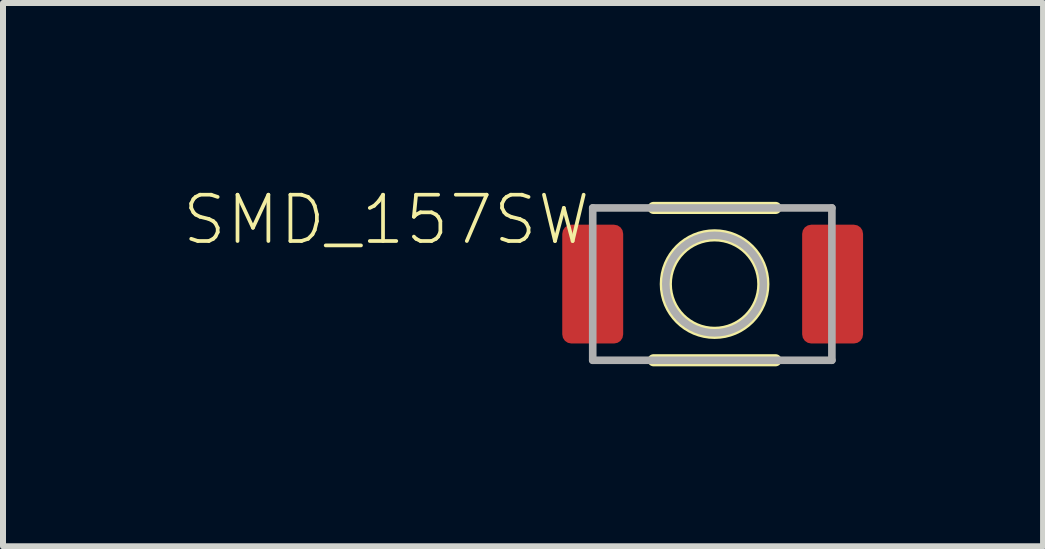
<source format=kicad_pcb>
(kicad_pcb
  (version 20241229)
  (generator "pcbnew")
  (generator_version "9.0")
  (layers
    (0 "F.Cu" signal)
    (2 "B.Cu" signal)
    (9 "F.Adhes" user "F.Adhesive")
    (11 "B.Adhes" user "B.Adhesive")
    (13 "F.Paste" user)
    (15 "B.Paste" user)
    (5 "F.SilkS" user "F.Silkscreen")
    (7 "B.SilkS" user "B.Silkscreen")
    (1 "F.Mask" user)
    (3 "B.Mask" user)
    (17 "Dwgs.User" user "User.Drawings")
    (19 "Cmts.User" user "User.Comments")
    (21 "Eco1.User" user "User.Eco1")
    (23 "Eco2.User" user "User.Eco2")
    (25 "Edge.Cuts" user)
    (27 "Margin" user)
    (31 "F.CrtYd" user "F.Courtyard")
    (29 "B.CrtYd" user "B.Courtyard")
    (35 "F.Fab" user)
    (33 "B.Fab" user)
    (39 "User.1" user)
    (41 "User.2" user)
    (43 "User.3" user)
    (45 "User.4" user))
  (footprint "SMD_157SW"
    (layer "F.Cu")
    (at 6.833 1.687)
    (property "Reference" "SMD_157SW" (at 0 -1.524 180) (layer "F.SilkS") (effects (font (size 0.772 0.772) (thickness 0.062)) (justify right top)))
    (attr through_hole)
    (fp_line (start 1.016 -1.27) (end 3.048 -1.27) (stroke (width 0.203) (type solid)) (layer "F.SilkS"))
    (fp_line (start 1.016 1.27) (end 3.048 1.27) (stroke (width 0.203) (type solid)) (layer "F.SilkS"))
    (fp_circle (center 2.032 0) (end 2.845 0) (stroke (width 0.203) (type solid)) (fill no) (layer "F.SilkS"))
    (fp_line (start 0 -1.27) (end 3.988 -1.27) (stroke (width 0.127) (type solid)) (layer "F.Fab"))
    (fp_line (start 0 1.27) (end 0 -1.27) (stroke (width 0.127) (type solid)) (layer "F.Fab"))
    (fp_line (start 3.988 -1.27) (end 3.988 1.27) (stroke (width 0.127) (type solid)) (layer "F.Fab"))
    (fp_line (start 3.988 1.27) (end 0 1.27) (stroke (width 0.127) (type solid)) (layer "F.Fab"))
    (fp_circle (center 2.032 0) (end 2.845 0) (stroke (width 0.127) (type solid)) (fill no) (layer "F.Fab"))
    (pad "1" smd roundrect (at 0 0) (size 1.016 1.981) (layers "F.Cu" "F.Mask" "F.Paste") (roundrect_rratio 0.15))
    (pad "2" smd roundrect (at 4 0) (size 1.016 1.981) (layers "F.Cu" "F.Mask" "F.Paste") (roundrect_rratio 0.15)))
  (gr_rect
    (start -3 -3)
    (end 14.342 6.058)
    (stroke (width 0.1) (type default))
    (fill no)
    (layer "Edge.Cuts")))
</source>
